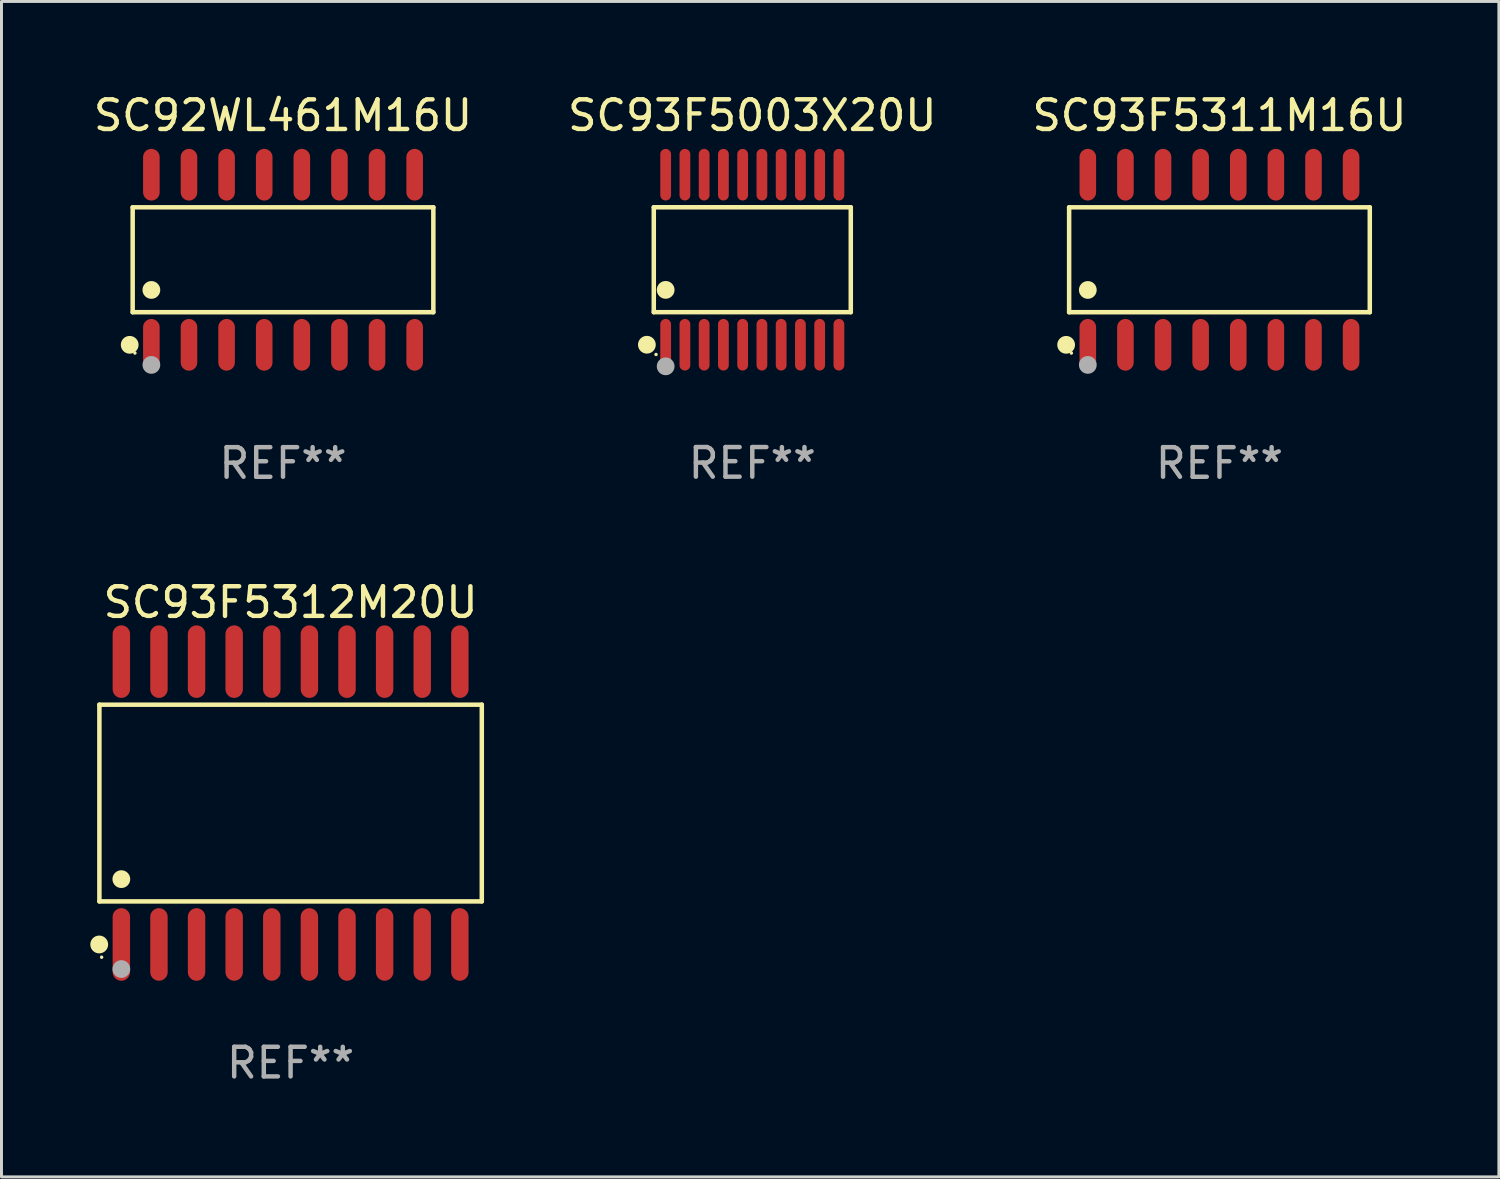
<source format=kicad_pcb>
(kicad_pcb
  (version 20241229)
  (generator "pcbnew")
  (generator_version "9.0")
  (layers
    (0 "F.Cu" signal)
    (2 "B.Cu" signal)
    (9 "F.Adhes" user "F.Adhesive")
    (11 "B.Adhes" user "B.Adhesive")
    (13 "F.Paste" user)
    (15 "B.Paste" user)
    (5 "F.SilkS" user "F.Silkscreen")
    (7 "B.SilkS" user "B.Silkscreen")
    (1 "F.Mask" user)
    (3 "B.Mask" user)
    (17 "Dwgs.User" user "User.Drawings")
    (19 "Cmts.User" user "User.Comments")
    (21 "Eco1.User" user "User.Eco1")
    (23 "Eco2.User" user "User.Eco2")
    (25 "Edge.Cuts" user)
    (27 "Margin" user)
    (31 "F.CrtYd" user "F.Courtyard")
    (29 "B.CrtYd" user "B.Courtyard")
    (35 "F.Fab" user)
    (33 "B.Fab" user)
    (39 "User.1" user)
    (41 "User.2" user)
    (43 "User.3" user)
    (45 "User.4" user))
  (footprint "SC93F5003X20U"
    (layer "F.Cu")
    (at 22.351 5.719)
    (property "Reference" "SC93F5003X20U" (at 0 -4.871 0) (layer "F.SilkS") (effects (font (size 1 1) (thickness 0.15))))
    (attr through_hole)
    (fp_line (start -3.326 -1.771) (end 3.326 -1.771) (stroke (width 0.152) (type solid)) (layer "F.SilkS"))
    (fp_line (start -3.326 1.771) (end -3.326 -1.771) (stroke (width 0.152) (type solid)) (layer "F.SilkS"))
    (fp_line (start 3.326 -1.771) (end 3.326 1.771) (stroke (width 0.152) (type solid)) (layer "F.SilkS"))
    (fp_line (start 3.326 1.771) (end -3.326 1.771) (stroke (width 0.152) (type solid)) (layer "F.SilkS"))
    (fp_circle (center -3.559 2.871) (end -3.409 2.871) (stroke (width 0.3) (type solid)) (fill no) (layer "F.SilkS"))
    (fp_circle (center -3.25 3.2) (end -3.22 3.2) (stroke (width 0.06) (type solid)) (fill no) (layer "F.SilkS"))
    (fp_circle (center -2.925 1.019) (end -2.775 1.019) (stroke (width 0.3) (type solid)) (fill no) (layer "F.SilkS"))
    (fp_circle (center -2.925 3.6) (end -2.775 3.6) (stroke (width 0.3) (type solid)) (fill no) (layer "F.Fab"))
    (fp_text user "REF**" (at 0 6.871 0) (layer "F.Fab") (effects (font (size 1 1) (thickness 0.15))))
    (pad "1" smd oval (at -2.925 2.871) (size 0.364 1.742) (layers "F.Cu" "F.Mask" "F.Paste"))
    (pad "2" smd oval (at -2.275 2.871) (size 0.364 1.742) (layers "F.Cu" "F.Mask" "F.Paste"))
    (pad "3" smd oval (at -1.625 2.871) (size 0.364 1.742) (layers "F.Cu" "F.Mask" "F.Paste"))
    (pad "4" smd oval (at -0.975 2.871) (size 0.364 1.742) (layers "F.Cu" "F.Mask" "F.Paste"))
    (pad "5" smd oval (at -0.325 2.871) (size 0.364 1.742) (layers "F.Cu" "F.Mask" "F.Paste"))
    (pad "6" smd oval (at 0.325 2.871) (size 0.364 1.742) (layers "F.Cu" "F.Mask" "F.Paste"))
    (pad "7" smd oval (at 0.975 2.871) (size 0.364 1.742) (layers "F.Cu" "F.Mask" "F.Paste"))
    (pad "8" smd oval (at 1.625 2.871) (size 0.364 1.742) (layers "F.Cu" "F.Mask" "F.Paste"))
    (pad "9" smd oval (at 2.275 2.871) (size 0.364 1.742) (layers "F.Cu" "F.Mask" "F.Paste"))
    (pad "10" smd oval (at 2.925 2.871) (size 0.364 1.742) (layers "F.Cu" "F.Mask" "F.Paste"))
    (pad "11" smd oval (at 2.925 -2.871) (size 0.364 1.742) (layers "F.Cu" "F.Mask" "F.Paste"))
    (pad "12" smd oval (at 2.275 -2.871) (size 0.364 1.742) (layers "F.Cu" "F.Mask" "F.Paste"))
    (pad "13" smd oval (at 1.625 -2.871) (size 0.364 1.742) (layers "F.Cu" "F.Mask" "F.Paste"))
    (pad "14" smd oval (at 0.975 -2.871) (size 0.364 1.742) (layers "F.Cu" "F.Mask" "F.Paste"))
    (pad "15" smd oval (at 0.325 -2.871) (size 0.364 1.742) (layers "F.Cu" "F.Mask" "F.Paste"))
    (pad "16" smd oval (at -0.325 -2.871) (size 0.364 1.742) (layers "F.Cu" "F.Mask" "F.Paste"))
    (pad "17" smd oval (at -0.975 -2.871) (size 0.364 1.742) (layers "F.Cu" "F.Mask" "F.Paste"))
    (pad "18" smd oval (at -1.625 -2.871) (size 0.364 1.742) (layers "F.Cu" "F.Mask" "F.Paste"))
    (pad "19" smd oval (at -2.275 -2.871) (size 0.364 1.742) (layers "F.Cu" "F.Mask" "F.Paste"))
    (pad "20" smd oval (at -2.925 -2.871) (size 0.364 1.742) (layers "F.Cu" "F.Mask" "F.Paste")))
  (footprint "SC92WL461M16U"
    (layer "F.Cu")
    (at 6.506 5.721)
    (property "Reference" "SC92WL461M16U" (at 0 -4.872 0) (layer "F.SilkS") (effects (font (size 1 1) (thickness 0.15))))
    (attr through_hole)
    (fp_line (start -5.076 -1.771) (end 5.076 -1.771) (stroke (width 0.152) (type solid)) (layer "F.SilkS"))
    (fp_line (start -5.076 1.771) (end -5.076 -1.771) (stroke (width 0.152) (type solid)) (layer "F.SilkS"))
    (fp_line (start 5.076 -1.771) (end 5.076 1.771) (stroke (width 0.152) (type solid)) (layer "F.SilkS"))
    (fp_line (start 5.076 1.771) (end -5.076 1.771) (stroke (width 0.152) (type solid)) (layer "F.SilkS"))
    (fp_circle (center -5.177 2.872) (end -5.027 2.872) (stroke (width 0.3) (type solid)) (fill no) (layer "F.SilkS"))
    (fp_circle (center -5 3.15) (end -4.97 3.15) (stroke (width 0.06) (type solid)) (fill no) (layer "F.SilkS"))
    (fp_circle (center -4.445 1.019) (end -4.295 1.019) (stroke (width 0.3) (type solid)) (fill no) (layer "F.SilkS"))
    (fp_circle (center -4.445 3.55) (end -4.295 3.55) (stroke (width 0.3) (type solid)) (fill no) (layer "F.Fab"))
    (fp_text user "REF**" (at 0 6.872 0) (layer "F.Fab") (effects (font (size 1 1) (thickness 0.15))))
    (pad "1" smd oval (at -4.445 2.872) (size 0.56 1.745) (layers "F.Cu" "F.Mask" "F.Paste"))
    (pad "2" smd oval (at -3.175 2.872) (size 0.56 1.745) (layers "F.Cu" "F.Mask" "F.Paste"))
    (pad "3" smd oval (at -1.905 2.872) (size 0.56 1.745) (layers "F.Cu" "F.Mask" "F.Paste"))
    (pad "4" smd oval (at -0.635 2.872) (size 0.56 1.745) (layers "F.Cu" "F.Mask" "F.Paste"))
    (pad "5" smd oval (at 0.635 2.872) (size 0.56 1.745) (layers "F.Cu" "F.Mask" "F.Paste"))
    (pad "6" smd oval (at 1.905 2.872) (size 0.56 1.745) (layers "F.Cu" "F.Mask" "F.Paste"))
    (pad "7" smd oval (at 3.175 2.872) (size 0.56 1.745) (layers "F.Cu" "F.Mask" "F.Paste"))
    (pad "8" smd oval (at 4.445 2.872) (size 0.56 1.745) (layers "F.Cu" "F.Mask" "F.Paste"))
    (pad "9" smd oval (at 4.445 -2.872) (size 0.56 1.745) (layers "F.Cu" "F.Mask" "F.Paste"))
    (pad "10" smd oval (at 3.175 -2.872) (size 0.56 1.745) (layers "F.Cu" "F.Mask" "F.Paste"))
    (pad "11" smd oval (at 1.905 -2.872) (size 0.56 1.745) (layers "F.Cu" "F.Mask" "F.Paste"))
    (pad "12" smd oval (at 0.635 -2.872) (size 0.56 1.745) (layers "F.Cu" "F.Mask" "F.Paste"))
    (pad "13" smd oval (at -0.635 -2.872) (size 0.56 1.745) (layers "F.Cu" "F.Mask" "F.Paste"))
    (pad "14" smd oval (at -1.905 -2.872) (size 0.56 1.745) (layers "F.Cu" "F.Mask" "F.Paste"))
    (pad "15" smd oval (at -3.175 -2.872) (size 0.56 1.745) (layers "F.Cu" "F.Mask" "F.Paste"))
    (pad "16" smd oval (at -4.445 -2.872) (size 0.56 1.745) (layers "F.Cu" "F.Mask" "F.Paste")))
  (footprint "SC93F5311M16U"
    (layer "F.Cu")
    (at 38.125 5.721)
    (property "Reference" "SC93F5311M16U" (at 0 -4.872 0) (layer "F.SilkS") (effects (font (size 1 1) (thickness 0.15))))
    (attr through_hole)
    (fp_line (start -5.076 -1.771) (end 5.076 -1.771) (stroke (width 0.152) (type solid)) (layer "F.SilkS"))
    (fp_line (start -5.076 1.771) (end -5.076 -1.771) (stroke (width 0.152) (type solid)) (layer "F.SilkS"))
    (fp_line (start 5.076 -1.771) (end 5.076 1.771) (stroke (width 0.152) (type solid)) (layer "F.SilkS"))
    (fp_line (start 5.076 1.771) (end -5.076 1.771) (stroke (width 0.152) (type solid)) (layer "F.SilkS"))
    (fp_circle (center -5.177 2.872) (end -5.027 2.872) (stroke (width 0.3) (type solid)) (fill no) (layer "F.SilkS"))
    (fp_circle (center -5 3.15) (end -4.97 3.15) (stroke (width 0.06) (type solid)) (fill no) (layer "F.SilkS"))
    (fp_circle (center -4.445 1.019) (end -4.295 1.019) (stroke (width 0.3) (type solid)) (fill no) (layer "F.SilkS"))
    (fp_circle (center -4.445 3.55) (end -4.295 3.55) (stroke (width 0.3) (type solid)) (fill no) (layer "F.Fab"))
    (fp_text user "REF**" (at 0 6.872 0) (layer "F.Fab") (effects (font (size 1 1) (thickness 0.15))))
    (pad "1" smd oval (at -4.445 2.872) (size 0.56 1.745) (layers "F.Cu" "F.Mask" "F.Paste"))
    (pad "2" smd oval (at -3.175 2.872) (size 0.56 1.745) (layers "F.Cu" "F.Mask" "F.Paste"))
    (pad "3" smd oval (at -1.905 2.872) (size 0.56 1.745) (layers "F.Cu" "F.Mask" "F.Paste"))
    (pad "4" smd oval (at -0.635 2.872) (size 0.56 1.745) (layers "F.Cu" "F.Mask" "F.Paste"))
    (pad "5" smd oval (at 0.635 2.872) (size 0.56 1.745) (layers "F.Cu" "F.Mask" "F.Paste"))
    (pad "6" smd oval (at 1.905 2.872) (size 0.56 1.745) (layers "F.Cu" "F.Mask" "F.Paste"))
    (pad "7" smd oval (at 3.175 2.872) (size 0.56 1.745) (layers "F.Cu" "F.Mask" "F.Paste"))
    (pad "8" smd oval (at 4.445 2.872) (size 0.56 1.745) (layers "F.Cu" "F.Mask" "F.Paste"))
    (pad "9" smd oval (at 4.445 -2.872) (size 0.56 1.745) (layers "F.Cu" "F.Mask" "F.Paste"))
    (pad "10" smd oval (at 3.175 -2.872) (size 0.56 1.745) (layers "F.Cu" "F.Mask" "F.Paste"))
    (pad "11" smd oval (at 1.905 -2.872) (size 0.56 1.745) (layers "F.Cu" "F.Mask" "F.Paste"))
    (pad "12" smd oval (at 0.635 -2.872) (size 0.56 1.745) (layers "F.Cu" "F.Mask" "F.Paste"))
    (pad "13" smd oval (at -0.635 -2.872) (size 0.56 1.745) (layers "F.Cu" "F.Mask" "F.Paste"))
    (pad "14" smd oval (at -1.905 -2.872) (size 0.56 1.745) (layers "F.Cu" "F.Mask" "F.Paste"))
    (pad "15" smd oval (at -3.175 -2.872) (size 0.56 1.745) (layers "F.Cu" "F.Mask" "F.Paste"))
    (pad "16" smd oval (at -4.445 -2.872) (size 0.56 1.745) (layers "F.Cu" "F.Mask" "F.Paste")))
  (footprint "SC93F5312M20U"
    (layer "F.Cu")
    (at 6.762 24.065)
    (property "Reference" "SC93F5312M20U" (at 0 -6.775 0) (layer "F.SilkS") (effects (font (size 1 1) (thickness 0.15))))
    (attr through_hole)
    (fp_line (start -6.456 -3.321) (end 6.456 -3.321) (stroke (width 0.152) (type solid)) (layer "F.SilkS"))
    (fp_line (start -6.456 3.321) (end -6.456 -3.321) (stroke (width 0.152) (type solid)) (layer "F.SilkS"))
    (fp_line (start 6.456 -3.321) (end 6.456 3.321) (stroke (width 0.152) (type solid)) (layer "F.SilkS"))
    (fp_line (start 6.456 3.321) (end -6.456 3.321) (stroke (width 0.152) (type solid)) (layer "F.SilkS"))
    (fp_circle (center -6.462 4.775) (end -6.311 4.775) (stroke (width 0.3) (type solid)) (fill no) (layer "F.SilkS"))
    (fp_circle (center -6.38 5.205) (end -6.35 5.205) (stroke (width 0.06) (type solid)) (fill no) (layer "F.SilkS"))
    (fp_circle (center -5.715 2.569) (end -5.565 2.569) (stroke (width 0.3) (type solid)) (fill no) (layer "F.SilkS"))
    (fp_circle (center -5.715 5.605) (end -5.565 5.605) (stroke (width 0.3) (type solid)) (fill no) (layer "F.Fab"))
    (fp_text user "REF**" (at 0 8.775 0) (layer "F.Fab") (effects (font (size 1 1) (thickness 0.15))))
    (pad "1" smd oval (at -5.715 4.775) (size 0.588 2.45) (layers "F.Cu" "F.Mask" "F.Paste"))
    (pad "2" smd oval (at -4.445 4.775) (size 0.588 2.45) (layers "F.Cu" "F.Mask" "F.Paste"))
    (pad "3" smd oval (at -3.175 4.775) (size 0.588 2.45) (layers "F.Cu" "F.Mask" "F.Paste"))
    (pad "4" smd oval (at -1.905 4.775) (size 0.588 2.45) (layers "F.Cu" "F.Mask" "F.Paste"))
    (pad "5" smd oval (at -0.635 4.775) (size 0.588 2.45) (layers "F.Cu" "F.Mask" "F.Paste"))
    (pad "6" smd oval (at 0.635 4.775) (size 0.588 2.45) (layers "F.Cu" "F.Mask" "F.Paste"))
    (pad "7" smd oval (at 1.905 4.775) (size 0.588 2.45) (layers "F.Cu" "F.Mask" "F.Paste"))
    (pad "8" smd oval (at 3.175 4.775) (size 0.588 2.45) (layers "F.Cu" "F.Mask" "F.Paste"))
    (pad "9" smd oval (at 4.445 4.775) (size 0.588 2.45) (layers "F.Cu" "F.Mask" "F.Paste"))
    (pad "10" smd oval (at 5.715 4.775) (size 0.588 2.45) (layers "F.Cu" "F.Mask" "F.Paste"))
    (pad "11" smd oval (at 5.715 -4.775) (size 0.588 2.45) (layers "F.Cu" "F.Mask" "F.Paste"))
    (pad "12" smd oval (at 4.445 -4.775) (size 0.588 2.45) (layers "F.Cu" "F.Mask" "F.Paste"))
    (pad "13" smd oval (at 3.175 -4.775) (size 0.588 2.45) (layers "F.Cu" "F.Mask" "F.Paste"))
    (pad "14" smd oval (at 1.905 -4.775) (size 0.588 2.45) (layers "F.Cu" "F.Mask" "F.Paste"))
    (pad "15" smd oval (at 0.635 -4.775) (size 0.588 2.45) (layers "F.Cu" "F.Mask" "F.Paste"))
    (pad "16" smd oval (at -0.635 -4.775) (size 0.588 2.45) (layers "F.Cu" "F.Mask" "F.Paste"))
    (pad "17" smd oval (at -1.905 -4.775) (size 0.588 2.45) (layers "F.Cu" "F.Mask" "F.Paste"))
    (pad "18" smd oval (at -3.175 -4.775) (size 0.588 2.45) (layers "F.Cu" "F.Mask" "F.Paste"))
    (pad "19" smd oval (at -4.445 -4.775) (size 0.588 2.45) (layers "F.Cu" "F.Mask" "F.Paste"))
    (pad "20" smd oval (at -5.715 -4.775) (size 0.588 2.45) (layers "F.Cu" "F.Mask" "F.Paste")))
  (gr_rect
    (start -3 -3)
    (end 47.56 36.688)
    (stroke (width 0.1) (type default))
    (fill no)
    (layer "Edge.Cuts")))
</source>
